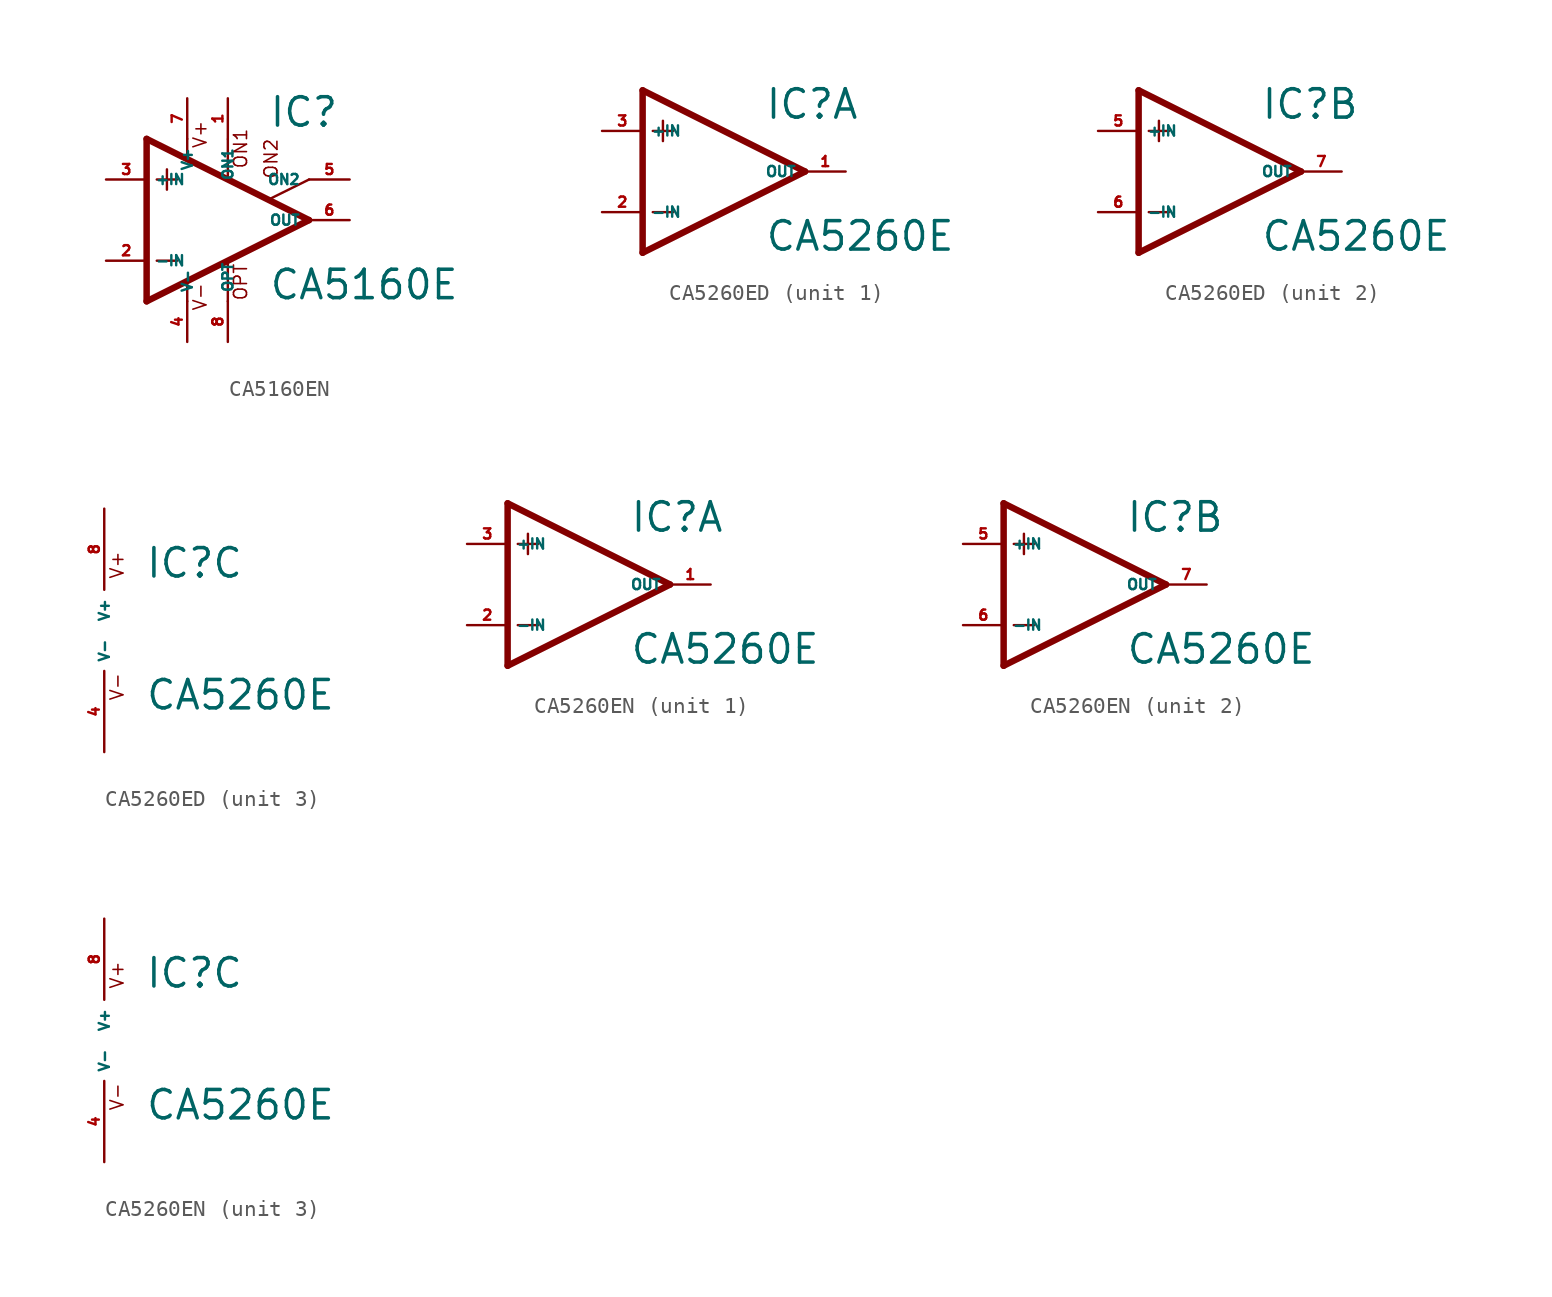
<source format=kicad_sym>
(kicad_symbol_lib
  (version 20220914)
  (generator Eagle2Kicad)
  (symbol "CA5160EN"
    (property "Reference" "IC"
      (at 2.54 5.715 0)
      (effects (font (size 1.778 1.778) (thickness 0.22)) (justify left bottom)))
    (property "Value" "CA5160E"
      (at 2.54 -5.08 0)
      (effects (font (size 1.778 1.778) (thickness 0.22)) (justify left bottom)))
    (polyline
      (pts (xy -3.81 3.175) (xy -3.81 1.905))
      (stroke (width 0.152) (type default))
      (fill (type none)))
    (polyline
      (pts (xy -4.445 2.54) (xy -3.175 2.54))
      (stroke (width 0.152) (type default))
      (fill (type none)))
    (polyline
      (pts (xy -4.445 -2.54) (xy -3.175 -2.54))
      (stroke (width 0.152) (type default))
      (fill (type none)))
    (polyline
      (pts (xy -2.54 5.08) (xy -2.54 3.886))
      (stroke (width 0.152) (type default))
      (fill (type none)))
    (polyline
      (pts (xy 0 5.055) (xy 0 2.616))
      (stroke (width 0.152) (type default))
      (fill (type none)))
    (polyline
      (pts (xy 0 -2.616) (xy 0 -5.08))
      (stroke (width 0.152) (type default))
      (fill (type none)))
    (polyline
      (pts (xy -2.54 -3.912) (xy -2.54 -5.08))
      (stroke (width 0.152) (type default))
      (fill (type none)))
    (polyline
      (pts (xy 5.08 2.54) (xy 2.616 1.321))
      (stroke (width 0.152) (type default))
      (fill (type none)))
    (polyline
      (pts (xy 5.08 0) (xy -5.08 5.08))
      (stroke (width 0.406) (type default))
      (fill (type none)))
    (polyline
      (pts (xy -5.08 5.08) (xy -5.08 -5.08))
      (stroke (width 0.406) (type default))
      (fill (type none)))
    (polyline
      (pts (xy -5.08 -5.08) (xy 5.08 0))
      (stroke (width 0.406) (type default))
      (fill (type none)))
    (text "ON1"
      (at 1.27 3.175 900)
      (effects (font (size 0.813 0.813) (thickness 0.10)) (justify left bottom)))
    (text "ON2"
      (at 3.175 2.54 900)
      (effects (font (size 0.813 0.813) (thickness 0.10)) (justify left bottom)))
    (text "OPT"
      (at 1.27 -5.08 900)
      (effects (font (size 0.813 0.813) (thickness 0.10)) (justify left bottom)))
    (text "V+"
      (at -1.27 4.445 900)
      (effects (font (size 0.813 0.813) (thickness 0.10)) (justify left bottom)))
    (text "V-"
      (at -1.27 -5.715 900)
      (effects (font (size 0.813 0.813) (thickness 0.10)) (justify left bottom)))
    (pin passive line
      (at 7.62 2.54 180)
      (length 2.54)
      (name "ON2" (effects (font (size 0.635 0.635) (thickness 0.08)) (justify left bottom)))
      (number "5" (effects (font (size 0.635 0.635) (thickness 0.08)) (justify left bottom))))
    (pin passive line
      (at 0 7.62 270)
      (length 2.54)
      (name "ON1" (effects (font (size 0.635 0.635) (thickness 0.08)) (justify left bottom)))
      (number "1" (effects (font (size 0.635 0.635) (thickness 0.08)) (justify left bottom))))
    (pin input line
      (at -7.62 -2.54 0)
      (length 2.54)
      (name "-IN" (effects (font (size 0.635 0.635) (thickness 0.08)) (justify left bottom)))
      (number "2" (effects (font (size 0.635 0.635) (thickness 0.08)) (justify left bottom))))
    (pin input line
      (at -7.62 2.54 0)
      (length 2.54)
      (name "+IN" (effects (font (size 0.635 0.635) (thickness 0.08)) (justify left bottom)))
      (number "3" (effects (font (size 0.635 0.635) (thickness 0.08)) (justify left bottom))))
    (pin output line
      (at 7.62 0 180)
      (length 2.54)
      (name "OUT" (effects (font (size 0.635 0.635) (thickness 0.08)) (justify left bottom)))
      (number "6" (effects (font (size 0.635 0.635) (thickness 0.08)) (justify left bottom))))
    (pin passive line
      (at 0 -7.62 90)
      (length 2.54)
      (name "OPT" (effects (font (size 0.635 0.635) (thickness 0.08)) (justify left bottom)))
      (number "8" (effects (font (size 0.635 0.635) (thickness 0.08)) (justify left bottom))))
    (pin unspecified line
      (at -2.54 7.62 270)
      (length 2.54)
      (name "V+" (effects (font (size 0.635 0.635) (thickness 0.08)) (justify left bottom)))
      (number "7" (effects (font (size 0.635 0.635) (thickness 0.08)) (justify left bottom))))
    (pin unspecified line
      (at -2.54 -7.62 90)
      (length 2.54)
      (name "V-" (effects (font (size 0.635 0.635) (thickness 0.08)) (justify left bottom)))
      (number "4" (effects (font (size 0.635 0.635) (thickness 0.08)) (justify left bottom)))))
  (symbol "CA5260ED"
    (property "Reference" "IC"
      (at 2.54 3.175 0)
      (effects (font (size 1.778 1.778) (thickness 0.22)) (justify left bottom)))
    (property "Value" "CA5260E"
      (at 2.54 -5.08 0)
      (effects (font (size 1.778 1.778) (thickness 0.22)) (justify left bottom)))
    (symbol "CA5260ED_1_0"
      (polyline (pts (xy -5.08 5.08) (xy -5.08 -5.08)) (stroke (width 0.406) (type default)) (fill (type none)))
      (polyline (pts (xy -5.08 -5.08) (xy 5.08 0)) (stroke (width 0.406) (type default)) (fill (type none)))
      (polyline (pts (xy 5.08 0) (xy -5.08 5.08)) (stroke (width 0.406) (type default)) (fill (type none)))
      (polyline (pts (xy -3.81 3.175) (xy -3.81 1.905)) (stroke (width 0.152) (type default)) (fill (type none)))
      (polyline (pts (xy -4.445 2.54) (xy -3.175 2.54)) (stroke (width 0.152) (type default)) (fill (type none)))
      (polyline (pts (xy -4.445 -2.54) (xy -3.175 -2.54)) (stroke (width 0.152) (type default)) (fill (type none)))
      (pin input line (at -7.62 -2.54 0) (length 2.54) (name "-IN" (effects (font (size 0.635 0.635) (thickness 0.08)) (justify left bottom))) (number "2" (effects (font (size 0.635 0.635) (thickness 0.08)) (justify left bottom))))
      (pin input line (at -7.62 2.54 0) (length 2.54) (name "+IN" (effects (font (size 0.635 0.635) (thickness 0.08)) (justify left bottom))) (number "3" (effects (font (size 0.635 0.635) (thickness 0.08)) (justify left bottom))))
      (pin output line (at 7.62 0 180) (length 2.54) (name "OUT" (effects (font (size 0.635 0.635) (thickness 0.08)) (justify left bottom))) (number "1" (effects (font (size 0.635 0.635) (thickness 0.08)) (justify left bottom)))))
    (symbol "CA5260ED_2_0"
      (polyline (pts (xy -5.08 5.08) (xy -5.08 -5.08)) (stroke (width 0.406) (type default)) (fill (type none)))
      (polyline (pts (xy -5.08 -5.08) (xy 5.08 0)) (stroke (width 0.406) (type default)) (fill (type none)))
      (polyline (pts (xy 5.08 0) (xy -5.08 5.08)) (stroke (width 0.406) (type default)) (fill (type none)))
      (polyline (pts (xy -3.81 3.175) (xy -3.81 1.905)) (stroke (width 0.152) (type default)) (fill (type none)))
      (polyline (pts (xy -4.445 2.54) (xy -3.175 2.54)) (stroke (width 0.152) (type default)) (fill (type none)))
      (polyline (pts (xy -4.445 -2.54) (xy -3.175 -2.54)) (stroke (width 0.152) (type default)) (fill (type none)))
      (pin input line (at -7.62 -2.54 0) (length 2.54) (name "-IN" (effects (font (size 0.635 0.635) (thickness 0.08)) (justify left bottom))) (number "6" (effects (font (size 0.635 0.635) (thickness 0.08)) (justify left bottom))))
      (pin input line (at -7.62 2.54 0) (length 2.54) (name "+IN" (effects (font (size 0.635 0.635) (thickness 0.08)) (justify left bottom))) (number "5" (effects (font (size 0.635 0.635) (thickness 0.08)) (justify left bottom))))
      (pin output line (at 7.62 0 180) (length 2.54) (name "OUT" (effects (font (size 0.635 0.635) (thickness 0.08)) (justify left bottom))) (number "7" (effects (font (size 0.635 0.635) (thickness 0.08)) (justify left bottom)))))
    (symbol "CA5260ED_3_0"
      (text "V+" (at 1.27 3.175 900) (effects (font (size 0.813 0.813) (thickness 0.10)) (justify left bottom)))
      (text "V-" (at 1.27 -4.445 900) (effects (font (size 0.813 0.813) (thickness 0.10)) (justify left bottom)))
      (pin unspecified line (at 0 7.62 270) (length 5.08) (name "V+" (effects (font (size 0.635 0.635) (thickness 0.08)) (justify left bottom))) (number "8" (effects (font (size 0.635 0.635) (thickness 0.08)) (justify left bottom))))
      (pin unspecified line (at 0 -7.62 90) (length 5.08) (name "V-" (effects (font (size 0.635 0.635) (thickness 0.08)) (justify left bottom))) (number "4" (effects (font (size 0.635 0.635) (thickness 0.08)) (justify left bottom))))))
  (symbol "CA5260EN"
    (property "Reference" "IC"
      (at 2.54 3.175 0)
      (effects (font (size 1.778 1.778) (thickness 0.22)) (justify left bottom)))
    (property "Value" "CA5260E"
      (at 2.54 -5.08 0)
      (effects (font (size 1.778 1.778) (thickness 0.22)) (justify left bottom)))
    (symbol "CA5260EN_1_0"
      (polyline (pts (xy -5.08 5.08) (xy -5.08 -5.08)) (stroke (width 0.406) (type default)) (fill (type none)))
      (polyline (pts (xy -5.08 -5.08) (xy 5.08 0)) (stroke (width 0.406) (type default)) (fill (type none)))
      (polyline (pts (xy 5.08 0) (xy -5.08 5.08)) (stroke (width 0.406) (type default)) (fill (type none)))
      (polyline (pts (xy -3.81 3.175) (xy -3.81 1.905)) (stroke (width 0.152) (type default)) (fill (type none)))
      (polyline (pts (xy -4.445 2.54) (xy -3.175 2.54)) (stroke (width 0.152) (type default)) (fill (type none)))
      (polyline (pts (xy -4.445 -2.54) (xy -3.175 -2.54)) (stroke (width 0.152) (type default)) (fill (type none)))
      (pin input line (at -7.62 -2.54 0) (length 2.54) (name "-IN" (effects (font (size 0.635 0.635) (thickness 0.08)) (justify left bottom))) (number "2" (effects (font (size 0.635 0.635) (thickness 0.08)) (justify left bottom))))
      (pin input line (at -7.62 2.54 0) (length 2.54) (name "+IN" (effects (font (size 0.635 0.635) (thickness 0.08)) (justify left bottom))) (number "3" (effects (font (size 0.635 0.635) (thickness 0.08)) (justify left bottom))))
      (pin output line (at 7.62 0 180) (length 2.54) (name "OUT" (effects (font (size 0.635 0.635) (thickness 0.08)) (justify left bottom))) (number "1" (effects (font (size 0.635 0.635) (thickness 0.08)) (justify left bottom)))))
    (symbol "CA5260EN_2_0"
      (polyline (pts (xy -5.08 5.08) (xy -5.08 -5.08)) (stroke (width 0.406) (type default)) (fill (type none)))
      (polyline (pts (xy -5.08 -5.08) (xy 5.08 0)) (stroke (width 0.406) (type default)) (fill (type none)))
      (polyline (pts (xy 5.08 0) (xy -5.08 5.08)) (stroke (width 0.406) (type default)) (fill (type none)))
      (polyline (pts (xy -3.81 3.175) (xy -3.81 1.905)) (stroke (width 0.152) (type default)) (fill (type none)))
      (polyline (pts (xy -4.445 2.54) (xy -3.175 2.54)) (stroke (width 0.152) (type default)) (fill (type none)))
      (polyline (pts (xy -4.445 -2.54) (xy -3.175 -2.54)) (stroke (width 0.152) (type default)) (fill (type none)))
      (pin input line (at -7.62 -2.54 0) (length 2.54) (name "-IN" (effects (font (size 0.635 0.635) (thickness 0.08)) (justify left bottom))) (number "6" (effects (font (size 0.635 0.635) (thickness 0.08)) (justify left bottom))))
      (pin input line (at -7.62 2.54 0) (length 2.54) (name "+IN" (effects (font (size 0.635 0.635) (thickness 0.08)) (justify left bottom))) (number "5" (effects (font (size 0.635 0.635) (thickness 0.08)) (justify left bottom))))
      (pin output line (at 7.62 0 180) (length 2.54) (name "OUT" (effects (font (size 0.635 0.635) (thickness 0.08)) (justify left bottom))) (number "7" (effects (font (size 0.635 0.635) (thickness 0.08)) (justify left bottom)))))
    (symbol "CA5260EN_3_0"
      (text "V+" (at 1.27 3.175 900) (effects (font (size 0.813 0.813) (thickness 0.10)) (justify left bottom)))
      (text "V-" (at 1.27 -4.445 900) (effects (font (size 0.813 0.813) (thickness 0.10)) (justify left bottom)))
      (pin unspecified line (at 0 7.62 270) (length 5.08) (name "V+" (effects (font (size 0.635 0.635) (thickness 0.08)) (justify left bottom))) (number "8" (effects (font (size 0.635 0.635) (thickness 0.08)) (justify left bottom))))
      (pin unspecified line (at 0 -7.62 90) (length 5.08) (name "V-" (effects (font (size 0.635 0.635) (thickness 0.08)) (justify left bottom))) (number "4" (effects (font (size 0.635 0.635) (thickness 0.08)) (justify left bottom)))))))
</source>
